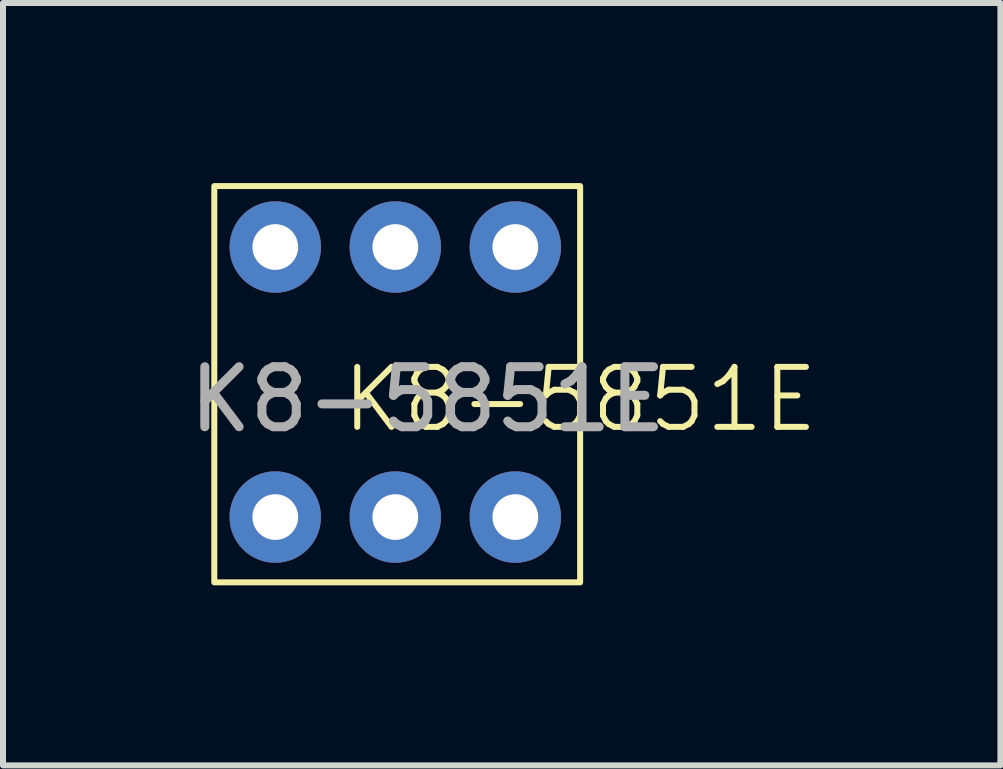
<source format=kicad_pcb>
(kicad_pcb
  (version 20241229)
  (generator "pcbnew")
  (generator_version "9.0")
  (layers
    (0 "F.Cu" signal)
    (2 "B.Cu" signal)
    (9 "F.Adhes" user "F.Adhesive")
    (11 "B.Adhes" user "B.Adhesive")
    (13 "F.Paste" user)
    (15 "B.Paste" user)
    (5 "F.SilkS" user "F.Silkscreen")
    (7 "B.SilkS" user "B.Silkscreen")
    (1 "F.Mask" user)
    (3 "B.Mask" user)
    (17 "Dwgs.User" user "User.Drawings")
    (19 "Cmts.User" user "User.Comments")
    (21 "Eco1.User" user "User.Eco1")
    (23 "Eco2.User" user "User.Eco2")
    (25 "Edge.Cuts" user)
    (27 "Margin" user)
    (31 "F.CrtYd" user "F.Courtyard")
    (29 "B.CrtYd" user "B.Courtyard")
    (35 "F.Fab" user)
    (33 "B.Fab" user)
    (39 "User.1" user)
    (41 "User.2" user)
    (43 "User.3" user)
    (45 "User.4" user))
  (footprint "K8-5851E"
    (layer "F.Cu")
    (at 1.537 1.066)
    (property "Reference" "K8-5851E" (at 5.08 2.54 0) (unlocked yes) (layer "F.SilkS") (effects (font (size 1 1) (thickness 0.1))))
    (attr through_hole)
    (fp_rect (start -1.016 -1.016) (end 5.08 5.588) (stroke (width 0.1) (type default)) (fill no) (layer "F.SilkS"))
    (fp_text user "${REFERENCE}" (at 2.54 2.54 0) (unlocked yes) (layer "F.Fab") (effects (font (size 1 1) (thickness 0.15))))
    (pad "1" thru_hole circle (at 0 0) (size 1.524 1.524) (drill 0.762) (layers "*.Cu" "*.Mask"))
    (pad "2" thru_hole circle (at 2 0) (size 1.524 1.524) (drill 0.762) (layers "*.Cu" "*.Mask"))
    (pad "2" thru_hole circle (at 4 0) (size 1.524 1.524) (drill 0.762) (layers "*.Cu" "*.Mask"))
    (pad "4" thru_hole circle (at 4 4.5) (size 1.524 1.524) (drill 0.762) (layers "*.Cu" "*.Mask"))
    (pad "5" thru_hole circle (at 2 4.5) (size 1.524 1.524) (drill 0.762) (layers "*.Cu" "*.Mask"))
    (pad "6" thru_hole circle (at 0 4.5) (size 1.524 1.524) (drill 0.762) (layers "*.Cu" "*.Mask")))
  (gr_rect
    (start -3 -3)
    (end 13.62 9.704)
    (stroke (width 0.1) (type default))
    (fill no)
    (layer "Edge.Cuts")))
</source>
